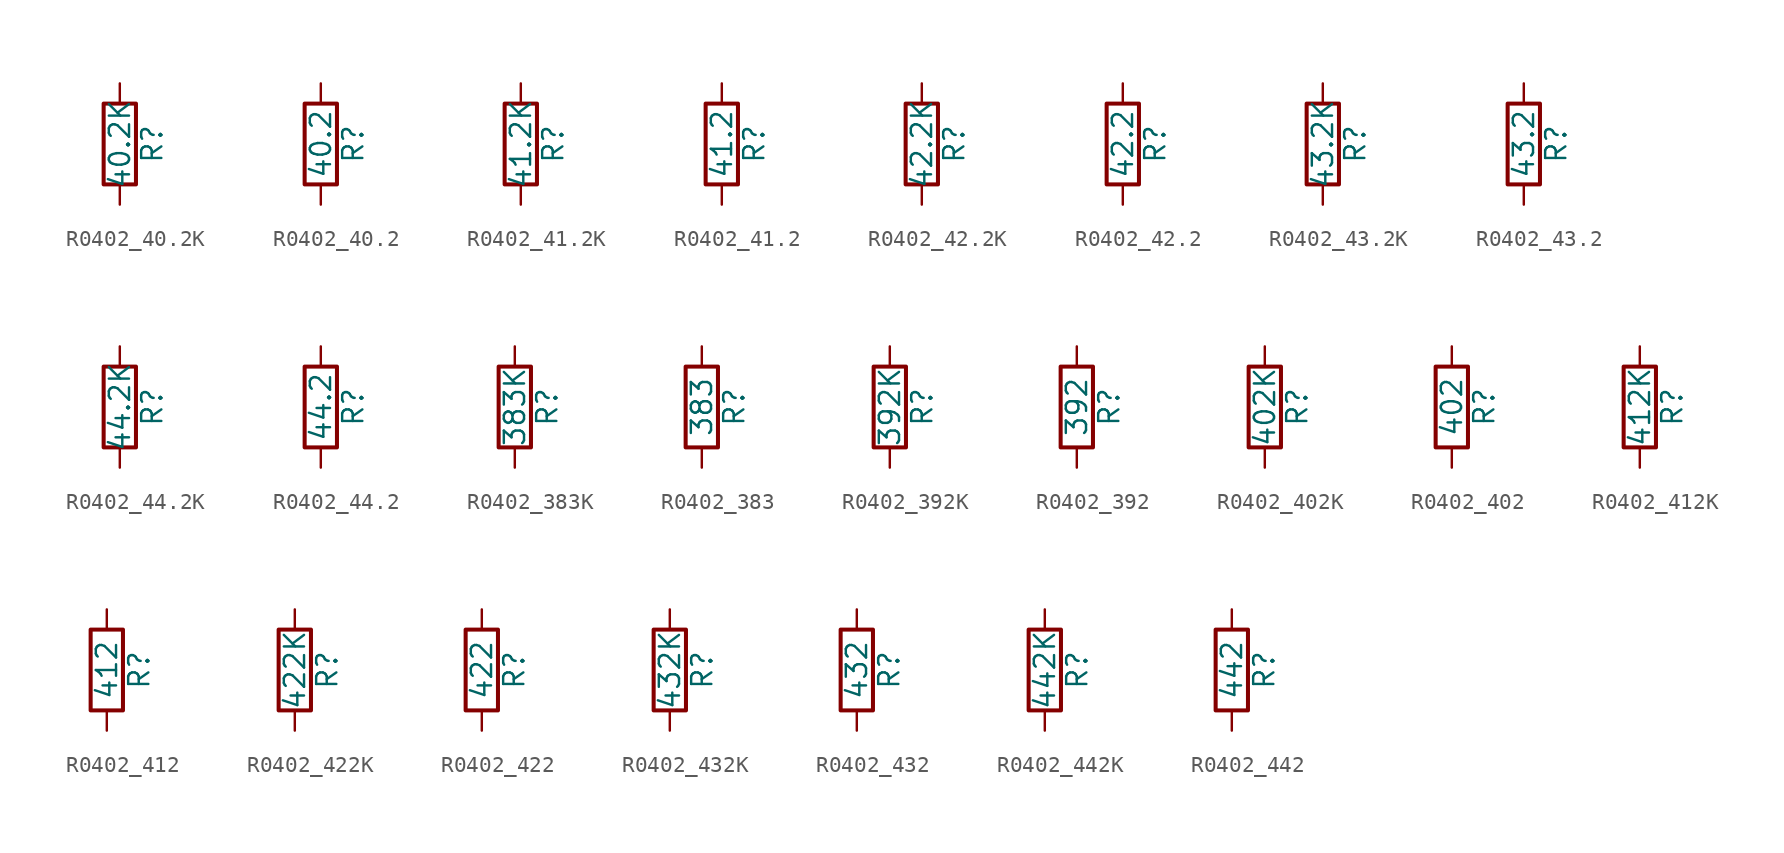
<source format=kicad_sym>
(kicad_symbol_lib
  (version 20211014)
  (generator atlantix-eda)
  (symbol "R0402_40.2K"
    (pin_numbers hide)
    (pin_names
      (offset 0))
    (property "Reference" "R"
      (at 2.032 0 90)
      (effects (font (size 1.27 1.27))))
    (property "Value" "40.2K"
      (at 0 0 90)
      (effects (font (size 1.27 1.27))))
    (symbol "R0402_40.2K_0_1"
      (rectangle (start -1.016 -2.54) (end 1.016 2.54) (stroke (width 0.254) (type default) (color 0 0 0 0)) (fill (type none))))
    (symbol "R0402_40.2K_1_1"
      (pin passive line (at 0 3.81 270) (length 1.27) (name "~" (effects (font (size 1.27 1.27)))) (number "1" (effects (font (size 1.27 1.27)))))
      (pin passive line (at 0 -3.81 90) (length 1.27) (name "~" (effects (font (size 1.27 1.27)))) (number "2" (effects (font (size 1.27 1.27)))))))
  (symbol "R0402_40.2"
    (pin_numbers hide)
    (pin_names
      (offset 0))
    (property "Reference" "R"
      (at 2.032 0 90)
      (effects (font (size 1.27 1.27))))
    (property "Value" "40.2"
      (at 0 0 90)
      (effects (font (size 1.27 1.27))))
    (symbol "R0402_40.2_0_1"
      (rectangle (start -1.016 -2.54) (end 1.016 2.54) (stroke (width 0.254) (type default) (color 0 0 0 0)) (fill (type none))))
    (symbol "R0402_40.2_1_1"
      (pin passive line (at 0 3.81 270) (length 1.27) (name "~" (effects (font (size 1.27 1.27)))) (number "1" (effects (font (size 1.27 1.27)))))
      (pin passive line (at 0 -3.81 90) (length 1.27) (name "~" (effects (font (size 1.27 1.27)))) (number "2" (effects (font (size 1.27 1.27)))))))
  (symbol "R0402_41.2K"
    (pin_numbers hide)
    (pin_names
      (offset 0))
    (property "Reference" "R"
      (at 2.032 0 90)
      (effects (font (size 1.27 1.27))))
    (property "Value" "41.2K"
      (at 0 0 90)
      (effects (font (size 1.27 1.27))))
    (symbol "R0402_41.2K_0_1"
      (rectangle (start -1.016 -2.54) (end 1.016 2.54) (stroke (width 0.254) (type default) (color 0 0 0 0)) (fill (type none))))
    (symbol "R0402_41.2K_1_1"
      (pin passive line (at 0 3.81 270) (length 1.27) (name "~" (effects (font (size 1.27 1.27)))) (number "1" (effects (font (size 1.27 1.27)))))
      (pin passive line (at 0 -3.81 90) (length 1.27) (name "~" (effects (font (size 1.27 1.27)))) (number "2" (effects (font (size 1.27 1.27)))))))
  (symbol "R0402_41.2"
    (pin_numbers hide)
    (pin_names
      (offset 0))
    (property "Reference" "R"
      (at 2.032 0 90)
      (effects (font (size 1.27 1.27))))
    (property "Value" "41.2"
      (at 0 0 90)
      (effects (font (size 1.27 1.27))))
    (symbol "R0402_41.2_0_1"
      (rectangle (start -1.016 -2.54) (end 1.016 2.54) (stroke (width 0.254) (type default) (color 0 0 0 0)) (fill (type none))))
    (symbol "R0402_41.2_1_1"
      (pin passive line (at 0 3.81 270) (length 1.27) (name "~" (effects (font (size 1.27 1.27)))) (number "1" (effects (font (size 1.27 1.27)))))
      (pin passive line (at 0 -3.81 90) (length 1.27) (name "~" (effects (font (size 1.27 1.27)))) (number "2" (effects (font (size 1.27 1.27)))))))
  (symbol "R0402_42.2K"
    (pin_numbers hide)
    (pin_names
      (offset 0))
    (property "Reference" "R"
      (at 2.032 0 90)
      (effects (font (size 1.27 1.27))))
    (property "Value" "42.2K"
      (at 0 0 90)
      (effects (font (size 1.27 1.27))))
    (symbol "R0402_42.2K_0_1"
      (rectangle (start -1.016 -2.54) (end 1.016 2.54) (stroke (width 0.254) (type default) (color 0 0 0 0)) (fill (type none))))
    (symbol "R0402_42.2K_1_1"
      (pin passive line (at 0 3.81 270) (length 1.27) (name "~" (effects (font (size 1.27 1.27)))) (number "1" (effects (font (size 1.27 1.27)))))
      (pin passive line (at 0 -3.81 90) (length 1.27) (name "~" (effects (font (size 1.27 1.27)))) (number "2" (effects (font (size 1.27 1.27)))))))
  (symbol "R0402_42.2"
    (pin_numbers hide)
    (pin_names
      (offset 0))
    (property "Reference" "R"
      (at 2.032 0 90)
      (effects (font (size 1.27 1.27))))
    (property "Value" "42.2"
      (at 0 0 90)
      (effects (font (size 1.27 1.27))))
    (symbol "R0402_42.2_0_1"
      (rectangle (start -1.016 -2.54) (end 1.016 2.54) (stroke (width 0.254) (type default) (color 0 0 0 0)) (fill (type none))))
    (symbol "R0402_42.2_1_1"
      (pin passive line (at 0 3.81 270) (length 1.27) (name "~" (effects (font (size 1.27 1.27)))) (number "1" (effects (font (size 1.27 1.27)))))
      (pin passive line (at 0 -3.81 90) (length 1.27) (name "~" (effects (font (size 1.27 1.27)))) (number "2" (effects (font (size 1.27 1.27)))))))
  (symbol "R0402_43.2K"
    (pin_numbers hide)
    (pin_names
      (offset 0))
    (property "Reference" "R"
      (at 2.032 0 90)
      (effects (font (size 1.27 1.27))))
    (property "Value" "43.2K"
      (at 0 0 90)
      (effects (font (size 1.27 1.27))))
    (symbol "R0402_43.2K_0_1"
      (rectangle (start -1.016 -2.54) (end 1.016 2.54) (stroke (width 0.254) (type default) (color 0 0 0 0)) (fill (type none))))
    (symbol "R0402_43.2K_1_1"
      (pin passive line (at 0 3.81 270) (length 1.27) (name "~" (effects (font (size 1.27 1.27)))) (number "1" (effects (font (size 1.27 1.27)))))
      (pin passive line (at 0 -3.81 90) (length 1.27) (name "~" (effects (font (size 1.27 1.27)))) (number "2" (effects (font (size 1.27 1.27)))))))
  (symbol "R0402_43.2"
    (pin_numbers hide)
    (pin_names
      (offset 0))
    (property "Reference" "R"
      (at 2.032 0 90)
      (effects (font (size 1.27 1.27))))
    (property "Value" "43.2"
      (at 0 0 90)
      (effects (font (size 1.27 1.27))))
    (symbol "R0402_43.2_0_1"
      (rectangle (start -1.016 -2.54) (end 1.016 2.54) (stroke (width 0.254) (type default) (color 0 0 0 0)) (fill (type none))))
    (symbol "R0402_43.2_1_1"
      (pin passive line (at 0 3.81 270) (length 1.27) (name "~" (effects (font (size 1.27 1.27)))) (number "1" (effects (font (size 1.27 1.27)))))
      (pin passive line (at 0 -3.81 90) (length 1.27) (name "~" (effects (font (size 1.27 1.27)))) (number "2" (effects (font (size 1.27 1.27)))))))
  (symbol "R0402_44.2K"
    (pin_numbers hide)
    (pin_names
      (offset 0))
    (property "Reference" "R"
      (at 2.032 0 90)
      (effects (font (size 1.27 1.27))))
    (property "Value" "44.2K"
      (at 0 0 90)
      (effects (font (size 1.27 1.27))))
    (symbol "R0402_44.2K_0_1"
      (rectangle (start -1.016 -2.54) (end 1.016 2.54) (stroke (width 0.254) (type default) (color 0 0 0 0)) (fill (type none))))
    (symbol "R0402_44.2K_1_1"
      (pin passive line (at 0 3.81 270) (length 1.27) (name "~" (effects (font (size 1.27 1.27)))) (number "1" (effects (font (size 1.27 1.27)))))
      (pin passive line (at 0 -3.81 90) (length 1.27) (name "~" (effects (font (size 1.27 1.27)))) (number "2" (effects (font (size 1.27 1.27)))))))
  (symbol "R0402_44.2"
    (pin_numbers hide)
    (pin_names
      (offset 0))
    (property "Reference" "R"
      (at 2.032 0 90)
      (effects (font (size 1.27 1.27))))
    (property "Value" "44.2"
      (at 0 0 90)
      (effects (font (size 1.27 1.27))))
    (symbol "R0402_44.2_0_1"
      (rectangle (start -1.016 -2.54) (end 1.016 2.54) (stroke (width 0.254) (type default) (color 0 0 0 0)) (fill (type none))))
    (symbol "R0402_44.2_1_1"
      (pin passive line (at 0 3.81 270) (length 1.27) (name "~" (effects (font (size 1.27 1.27)))) (number "1" (effects (font (size 1.27 1.27)))))
      (pin passive line (at 0 -3.81 90) (length 1.27) (name "~" (effects (font (size 1.27 1.27)))) (number "2" (effects (font (size 1.27 1.27)))))))
  (symbol "R0402_383K"
    (pin_numbers hide)
    (pin_names
      (offset 0))
    (property "Reference" "R"
      (at 2.032 0 90)
      (effects (font (size 1.27 1.27))))
    (property "Value" "383K"
      (at 0 0 90)
      (effects (font (size 1.27 1.27))))
    (symbol "R0402_383K_0_1"
      (rectangle (start -1.016 -2.54) (end 1.016 2.54) (stroke (width 0.254) (type default) (color 0 0 0 0)) (fill (type none))))
    (symbol "R0402_383K_1_1"
      (pin passive line (at 0 3.81 270) (length 1.27) (name "~" (effects (font (size 1.27 1.27)))) (number "1" (effects (font (size 1.27 1.27)))))
      (pin passive line (at 0 -3.81 90) (length 1.27) (name "~" (effects (font (size 1.27 1.27)))) (number "2" (effects (font (size 1.27 1.27)))))))
  (symbol "R0402_383"
    (pin_numbers hide)
    (pin_names
      (offset 0))
    (property "Reference" "R"
      (at 2.032 0 90)
      (effects (font (size 1.27 1.27))))
    (property "Value" "383"
      (at 0 0 90)
      (effects (font (size 1.27 1.27))))
    (symbol "R0402_383_0_1"
      (rectangle (start -1.016 -2.54) (end 1.016 2.54) (stroke (width 0.254) (type default) (color 0 0 0 0)) (fill (type none))))
    (symbol "R0402_383_1_1"
      (pin passive line (at 0 3.81 270) (length 1.27) (name "~" (effects (font (size 1.27 1.27)))) (number "1" (effects (font (size 1.27 1.27)))))
      (pin passive line (at 0 -3.81 90) (length 1.27) (name "~" (effects (font (size 1.27 1.27)))) (number "2" (effects (font (size 1.27 1.27)))))))
  (symbol "R0402_392K"
    (pin_numbers hide)
    (pin_names
      (offset 0))
    (property "Reference" "R"
      (at 2.032 0 90)
      (effects (font (size 1.27 1.27))))
    (property "Value" "392K"
      (at 0 0 90)
      (effects (font (size 1.27 1.27))))
    (symbol "R0402_392K_0_1"
      (rectangle (start -1.016 -2.54) (end 1.016 2.54) (stroke (width 0.254) (type default) (color 0 0 0 0)) (fill (type none))))
    (symbol "R0402_392K_1_1"
      (pin passive line (at 0 3.81 270) (length 1.27) (name "~" (effects (font (size 1.27 1.27)))) (number "1" (effects (font (size 1.27 1.27)))))
      (pin passive line (at 0 -3.81 90) (length 1.27) (name "~" (effects (font (size 1.27 1.27)))) (number "2" (effects (font (size 1.27 1.27)))))))
  (symbol "R0402_392"
    (pin_numbers hide)
    (pin_names
      (offset 0))
    (property "Reference" "R"
      (at 2.032 0 90)
      (effects (font (size 1.27 1.27))))
    (property "Value" "392"
      (at 0 0 90)
      (effects (font (size 1.27 1.27))))
    (symbol "R0402_392_0_1"
      (rectangle (start -1.016 -2.54) (end 1.016 2.54) (stroke (width 0.254) (type default) (color 0 0 0 0)) (fill (type none))))
    (symbol "R0402_392_1_1"
      (pin passive line (at 0 3.81 270) (length 1.27) (name "~" (effects (font (size 1.27 1.27)))) (number "1" (effects (font (size 1.27 1.27)))))
      (pin passive line (at 0 -3.81 90) (length 1.27) (name "~" (effects (font (size 1.27 1.27)))) (number "2" (effects (font (size 1.27 1.27)))))))
  (symbol "R0402_402K"
    (pin_numbers hide)
    (pin_names
      (offset 0))
    (property "Reference" "R"
      (at 2.032 0 90)
      (effects (font (size 1.27 1.27))))
    (property "Value" "402K"
      (at 0 0 90)
      (effects (font (size 1.27 1.27))))
    (symbol "R0402_402K_0_1"
      (rectangle (start -1.016 -2.54) (end 1.016 2.54) (stroke (width 0.254) (type default) (color 0 0 0 0)) (fill (type none))))
    (symbol "R0402_402K_1_1"
      (pin passive line (at 0 3.81 270) (length 1.27) (name "~" (effects (font (size 1.27 1.27)))) (number "1" (effects (font (size 1.27 1.27)))))
      (pin passive line (at 0 -3.81 90) (length 1.27) (name "~" (effects (font (size 1.27 1.27)))) (number "2" (effects (font (size 1.27 1.27)))))))
  (symbol "R0402_402"
    (pin_numbers hide)
    (pin_names
      (offset 0))
    (property "Reference" "R"
      (at 2.032 0 90)
      (effects (font (size 1.27 1.27))))
    (property "Value" "402"
      (at 0 0 90)
      (effects (font (size 1.27 1.27))))
    (symbol "R0402_402_0_1"
      (rectangle (start -1.016 -2.54) (end 1.016 2.54) (stroke (width 0.254) (type default) (color 0 0 0 0)) (fill (type none))))
    (symbol "R0402_402_1_1"
      (pin passive line (at 0 3.81 270) (length 1.27) (name "~" (effects (font (size 1.27 1.27)))) (number "1" (effects (font (size 1.27 1.27)))))
      (pin passive line (at 0 -3.81 90) (length 1.27) (name "~" (effects (font (size 1.27 1.27)))) (number "2" (effects (font (size 1.27 1.27)))))))
  (symbol "R0402_412K"
    (pin_numbers hide)
    (pin_names
      (offset 0))
    (property "Reference" "R"
      (at 2.032 0 90)
      (effects (font (size 1.27 1.27))))
    (property "Value" "412K"
      (at 0 0 90)
      (effects (font (size 1.27 1.27))))
    (symbol "R0402_412K_0_1"
      (rectangle (start -1.016 -2.54) (end 1.016 2.54) (stroke (width 0.254) (type default) (color 0 0 0 0)) (fill (type none))))
    (symbol "R0402_412K_1_1"
      (pin passive line (at 0 3.81 270) (length 1.27) (name "~" (effects (font (size 1.27 1.27)))) (number "1" (effects (font (size 1.27 1.27)))))
      (pin passive line (at 0 -3.81 90) (length 1.27) (name "~" (effects (font (size 1.27 1.27)))) (number "2" (effects (font (size 1.27 1.27)))))))
  (symbol "R0402_412"
    (pin_numbers hide)
    (pin_names
      (offset 0))
    (property "Reference" "R"
      (at 2.032 0 90)
      (effects (font (size 1.27 1.27))))
    (property "Value" "412"
      (at 0 0 90)
      (effects (font (size 1.27 1.27))))
    (symbol "R0402_412_0_1"
      (rectangle (start -1.016 -2.54) (end 1.016 2.54) (stroke (width 0.254) (type default) (color 0 0 0 0)) (fill (type none))))
    (symbol "R0402_412_1_1"
      (pin passive line (at 0 3.81 270) (length 1.27) (name "~" (effects (font (size 1.27 1.27)))) (number "1" (effects (font (size 1.27 1.27)))))
      (pin passive line (at 0 -3.81 90) (length 1.27) (name "~" (effects (font (size 1.27 1.27)))) (number "2" (effects (font (size 1.27 1.27)))))))
  (symbol "R0402_422K"
    (pin_numbers hide)
    (pin_names
      (offset 0))
    (property "Reference" "R"
      (at 2.032 0 90)
      (effects (font (size 1.27 1.27))))
    (property "Value" "422K"
      (at 0 0 90)
      (effects (font (size 1.27 1.27))))
    (symbol "R0402_422K_0_1"
      (rectangle (start -1.016 -2.54) (end 1.016 2.54) (stroke (width 0.254) (type default) (color 0 0 0 0)) (fill (type none))))
    (symbol "R0402_422K_1_1"
      (pin passive line (at 0 3.81 270) (length 1.27) (name "~" (effects (font (size 1.27 1.27)))) (number "1" (effects (font (size 1.27 1.27)))))
      (pin passive line (at 0 -3.81 90) (length 1.27) (name "~" (effects (font (size 1.27 1.27)))) (number "2" (effects (font (size 1.27 1.27)))))))
  (symbol "R0402_422"
    (pin_numbers hide)
    (pin_names
      (offset 0))
    (property "Reference" "R"
      (at 2.032 0 90)
      (effects (font (size 1.27 1.27))))
    (property "Value" "422"
      (at 0 0 90)
      (effects (font (size 1.27 1.27))))
    (symbol "R0402_422_0_1"
      (rectangle (start -1.016 -2.54) (end 1.016 2.54) (stroke (width 0.254) (type default) (color 0 0 0 0)) (fill (type none))))
    (symbol "R0402_422_1_1"
      (pin passive line (at 0 3.81 270) (length 1.27) (name "~" (effects (font (size 1.27 1.27)))) (number "1" (effects (font (size 1.27 1.27)))))
      (pin passive line (at 0 -3.81 90) (length 1.27) (name "~" (effects (font (size 1.27 1.27)))) (number "2" (effects (font (size 1.27 1.27)))))))
  (symbol "R0402_432K"
    (pin_numbers hide)
    (pin_names
      (offset 0))
    (property "Reference" "R"
      (at 2.032 0 90)
      (effects (font (size 1.27 1.27))))
    (property "Value" "432K"
      (at 0 0 90)
      (effects (font (size 1.27 1.27))))
    (symbol "R0402_432K_0_1"
      (rectangle (start -1.016 -2.54) (end 1.016 2.54) (stroke (width 0.254) (type default) (color 0 0 0 0)) (fill (type none))))
    (symbol "R0402_432K_1_1"
      (pin passive line (at 0 3.81 270) (length 1.27) (name "~" (effects (font (size 1.27 1.27)))) (number "1" (effects (font (size 1.27 1.27)))))
      (pin passive line (at 0 -3.81 90) (length 1.27) (name "~" (effects (font (size 1.27 1.27)))) (number "2" (effects (font (size 1.27 1.27)))))))
  (symbol "R0402_432"
    (pin_numbers hide)
    (pin_names
      (offset 0))
    (property "Reference" "R"
      (at 2.032 0 90)
      (effects (font (size 1.27 1.27))))
    (property "Value" "432"
      (at 0 0 90)
      (effects (font (size 1.27 1.27))))
    (symbol "R0402_432_0_1"
      (rectangle (start -1.016 -2.54) (end 1.016 2.54) (stroke (width 0.254) (type default) (color 0 0 0 0)) (fill (type none))))
    (symbol "R0402_432_1_1"
      (pin passive line (at 0 3.81 270) (length 1.27) (name "~" (effects (font (size 1.27 1.27)))) (number "1" (effects (font (size 1.27 1.27)))))
      (pin passive line (at 0 -3.81 90) (length 1.27) (name "~" (effects (font (size 1.27 1.27)))) (number "2" (effects (font (size 1.27 1.27)))))))
  (symbol "R0402_442K"
    (pin_numbers hide)
    (pin_names
      (offset 0))
    (property "Reference" "R"
      (at 2.032 0 90)
      (effects (font (size 1.27 1.27))))
    (property "Value" "442K"
      (at 0 0 90)
      (effects (font (size 1.27 1.27))))
    (symbol "R0402_442K_0_1"
      (rectangle (start -1.016 -2.54) (end 1.016 2.54) (stroke (width 0.254) (type default) (color 0 0 0 0)) (fill (type none))))
    (symbol "R0402_442K_1_1"
      (pin passive line (at 0 3.81 270) (length 1.27) (name "~" (effects (font (size 1.27 1.27)))) (number "1" (effects (font (size 1.27 1.27)))))
      (pin passive line (at 0 -3.81 90) (length 1.27) (name "~" (effects (font (size 1.27 1.27)))) (number "2" (effects (font (size 1.27 1.27)))))))
  (symbol "R0402_442"
    (pin_numbers hide)
    (pin_names
      (offset 0))
    (property "Reference" "R"
      (at 2.032 0 90)
      (effects (font (size 1.27 1.27))))
    (property "Value" "442"
      (at 0 0 90)
      (effects (font (size 1.27 1.27))))
    (symbol "R0402_442_0_1"
      (rectangle (start -1.016 -2.54) (end 1.016 2.54) (stroke (width 0.254) (type default) (color 0 0 0 0)) (fill (type none))))
    (symbol "R0402_442_1_1"
      (pin passive line (at 0 3.81 270) (length 1.27) (name "~" (effects (font (size 1.27 1.27)))) (number "1" (effects (font (size 1.27 1.27)))))
      (pin passive line (at 0 -3.81 90) (length 1.27) (name "~" (effects (font (size 1.27 1.27)))) (number "2" (effects (font (size 1.27 1.27))))))))
</source>
